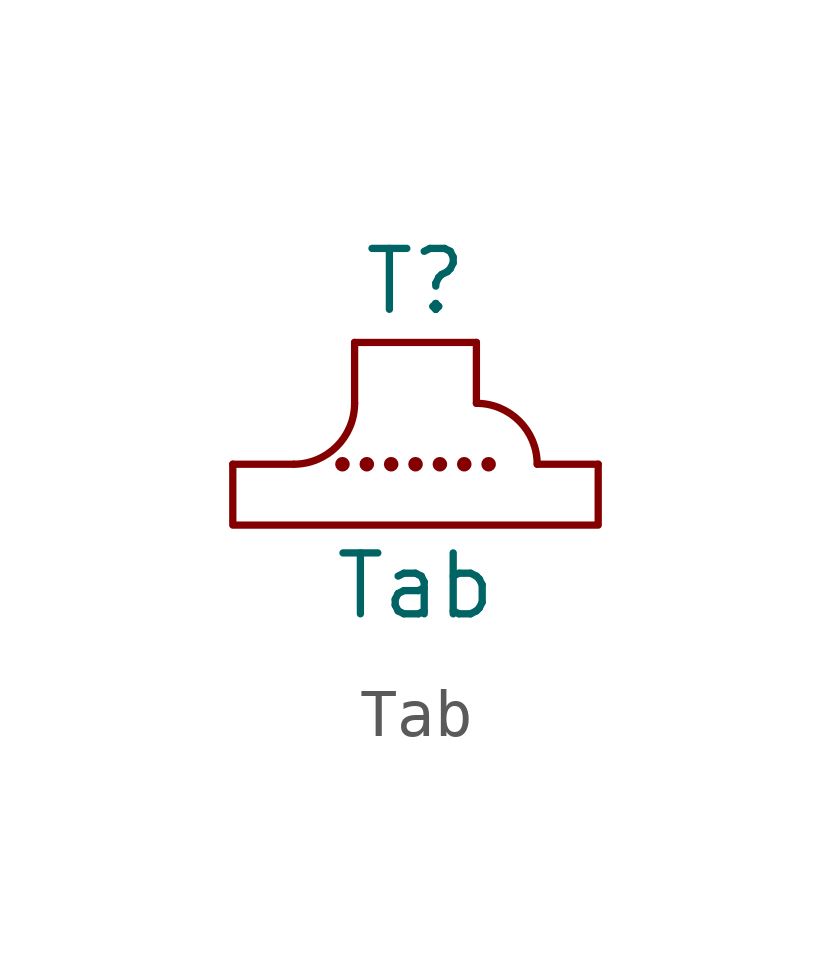
<source format=kicad_sym>
(kicad_symbol_lib
  (version 20211014)
  (generator kicad_symbol_editor)
  (symbol "Tab"
    (property "Reference" "T"
      (at 0 3.81 0)
      (effects (font (size 1.27 1.27))))
    (property "Value" "Tab"
      (at 0 -2.54 0)
      (effects (font (size 1.27 1.27))))
    (symbol "Tab_0_1"
      (arc (start -2.54 0) (mid -1.642 0.372) (end -1.27 1.27) (stroke (width 0.1524) (type default) (color 0 0 0 0)) (fill (type none)))
      (circle (center -1.524 0) (radius 0.076) (stroke (width 0.152) (type default) (color 0 0 0 0)) (fill (type none)))
      (circle (center -1.016 0) (radius 0.076) (stroke (width 0.152) (type default) (color 0 0 0 0)) (fill (type none)))
      (circle (center -0.508 0) (radius 0.076) (stroke (width 0.152) (type default) (color 0 0 0 0)) (fill (type none)))
      (polyline (pts (xy -3.81 0) (xy -2.54 0)) (stroke (width 0.152) (type default) (color 0 0 0 0)) (fill (type none)))
      (polyline (pts (xy -1.27 1.27) (xy -1.27 2.54)) (stroke (width 0.152) (type default) (color 0 0 0 0)) (fill (type none)))
      (polyline (pts (xy 1.27 1.27) (xy 1.27 2.54)) (stroke (width 0.152) (type default) (color 0 0 0 0)) (fill (type none)))
      (polyline (pts (xy 1.27 2.54) (xy -1.27 2.54)) (stroke (width 0.152) (type default) (color 0 0 0 0)) (fill (type none)))
      (polyline (pts (xy 2.54 0) (xy 3.81 0)) (stroke (width 0.152) (type default) (color 0 0 0 0)) (fill (type none)))
      (polyline (pts (xy -3.81 0) (xy -3.81 -1.27) (xy 3.81 -1.27) (xy 3.81 0)) (stroke (width 0.152) (type default) (color 0 0 0 0)) (fill (type none)))
      (circle (center 0 0) (radius 0.076) (stroke (width 0.152) (type default) (color 0 0 0 0)) (fill (type none)))
      (circle (center 0.508 0) (radius 0.076) (stroke (width 0.152) (type default) (color 0 0 0 0)) (fill (type none)))
      (circle (center 1.016 0) (radius 0.076) (stroke (width 0.152) (type default) (color 0 0 0 0)) (fill (type none)))
      (circle (center 1.524 0) (radius 0.076) (stroke (width 0.152) (type default) (color 0 0 0 0)) (fill (type none)))
      (arc (start 2.54 0) (mid 3.438 2.168) (end 1.27 1.27) (stroke (width 0.1524) (type default) (color 0 0 0 0)) (fill (type none))))))
</source>
